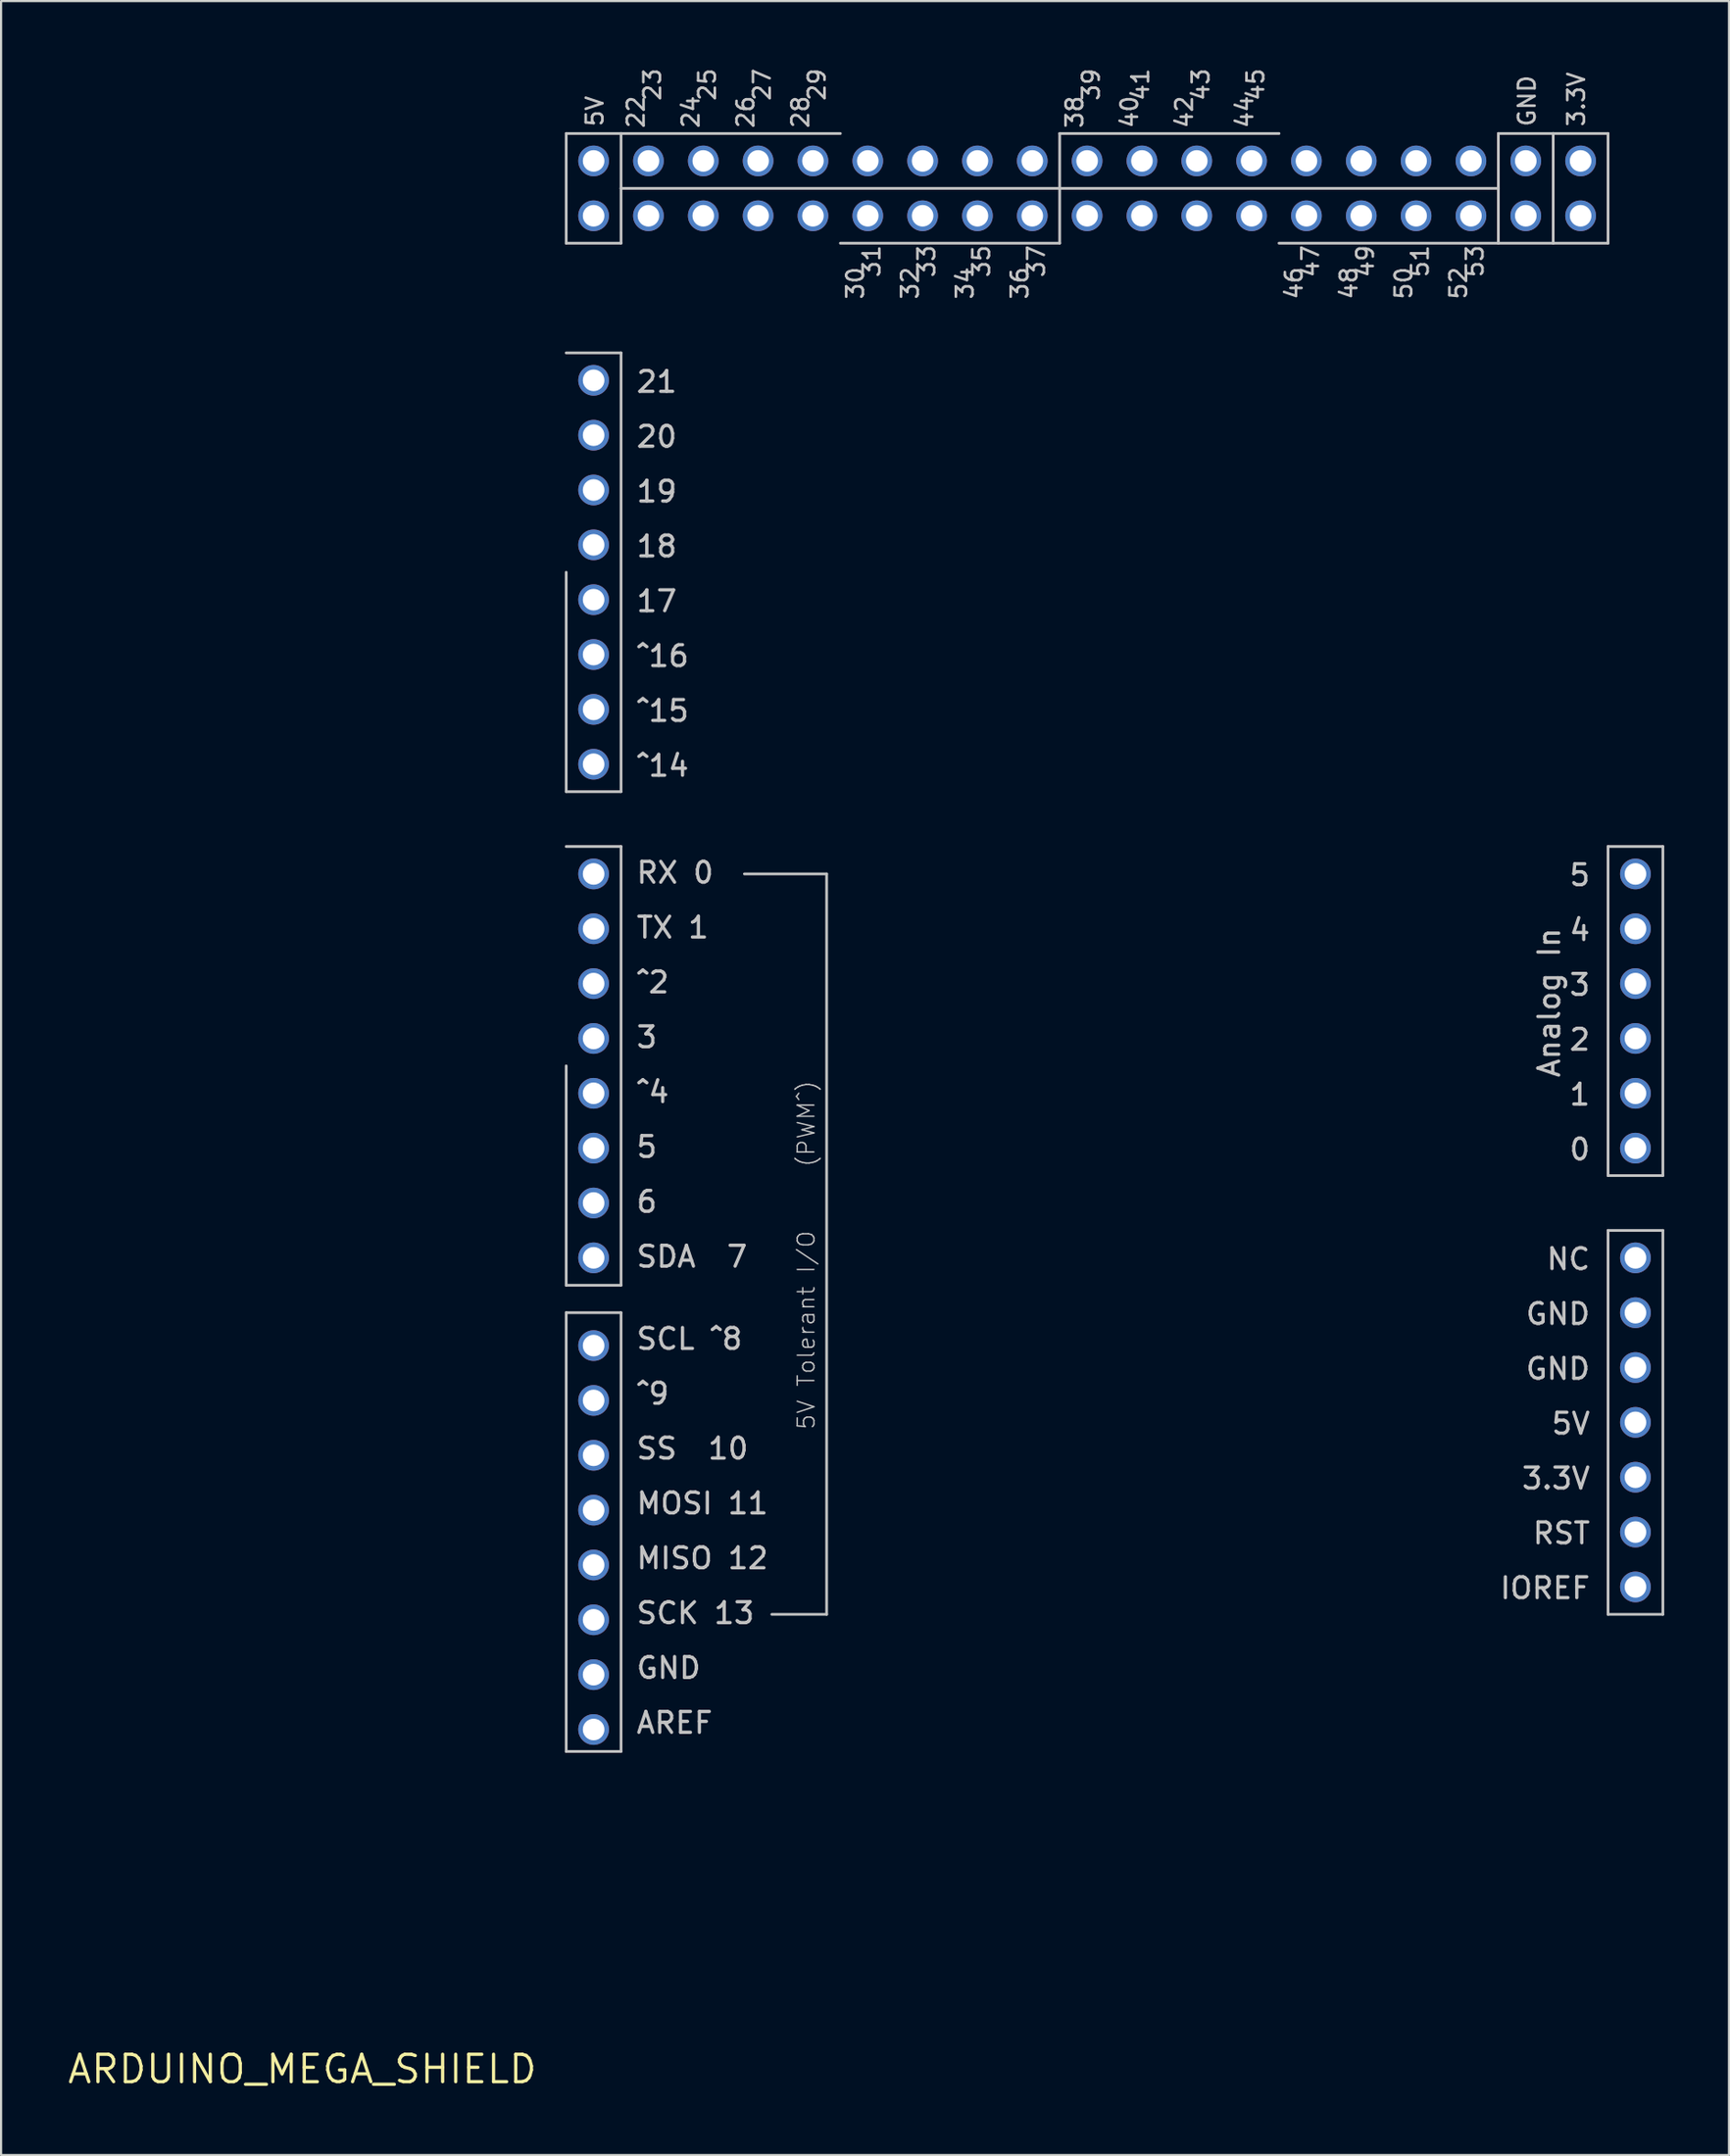
<source format=kicad_pcb>
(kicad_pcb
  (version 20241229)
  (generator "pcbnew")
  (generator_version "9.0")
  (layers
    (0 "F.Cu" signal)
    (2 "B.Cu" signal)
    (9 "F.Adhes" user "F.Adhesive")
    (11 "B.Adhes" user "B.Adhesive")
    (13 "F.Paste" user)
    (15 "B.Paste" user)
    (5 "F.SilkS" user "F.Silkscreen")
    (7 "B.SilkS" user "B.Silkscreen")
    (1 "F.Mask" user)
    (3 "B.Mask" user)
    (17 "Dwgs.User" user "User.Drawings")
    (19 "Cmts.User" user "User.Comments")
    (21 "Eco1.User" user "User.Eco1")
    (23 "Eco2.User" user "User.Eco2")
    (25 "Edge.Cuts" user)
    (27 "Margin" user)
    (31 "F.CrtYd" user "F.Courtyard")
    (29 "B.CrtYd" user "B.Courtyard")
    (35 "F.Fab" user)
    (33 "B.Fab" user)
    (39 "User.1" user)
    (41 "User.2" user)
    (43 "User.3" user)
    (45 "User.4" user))
  (footprint "ARDUINO_MEGA_SHIELD"
    (layer "F.Cu")
    (at 21.907 92.033)
    (property "Reference" "ARDUINO_MEGA_SHIELD" (at 0 0 0) (layer "F.SilkS") (effects (font (size 1.27 1.27) (thickness 0.15)) (justify right top)))
    (attr through_hole)
    (fp_line (start 1.27 -88.9) (end 1.27 -83.82) (stroke (width 0.127) (type solid)) (layer "Dwgs.User"))
    (fp_line (start 1.27 -88.9) (end 3.81 -88.9) (stroke (width 0.127) (type solid)) (layer "Dwgs.User"))
    (fp_line (start 1.27 -83.82) (end 3.81 -83.82) (stroke (width 0.127) (type solid)) (layer "Dwgs.User"))
    (fp_line (start 1.27 -78.74) (end 3.81 -78.74) (stroke (width 0.127) (type solid)) (layer "Dwgs.User"))
    (fp_line (start 1.27 -68.58) (end 1.27 -58.42) (stroke (width 0.127) (type solid)) (layer "Dwgs.User"))
    (fp_line (start 1.27 -58.42) (end 3.81 -58.42) (stroke (width 0.127) (type solid)) (layer "Dwgs.User"))
    (fp_line (start 1.27 -55.88) (end 3.81 -55.88) (stroke (width 0.127) (type solid)) (layer "Dwgs.User"))
    (fp_line (start 1.27 -45.72) (end 1.27 -35.56) (stroke (width 0.127) (type solid)) (layer "Dwgs.User"))
    (fp_line (start 1.27 -34.29) (end 3.81 -34.29) (stroke (width 0.127) (type solid)) (layer "Dwgs.User"))
    (fp_line (start 1.27 -13.97) (end 1.27 -34.29) (stroke (width 0.127) (type solid)) (layer "Dwgs.User"))
    (fp_line (start 3.81 -88.9) (end 3.81 -86.36) (stroke (width 0.127) (type solid)) (layer "Dwgs.User"))
    (fp_line (start 3.81 -88.9) (end 13.97 -88.9) (stroke (width 0.127) (type solid)) (layer "Dwgs.User"))
    (fp_line (start 3.81 -86.36) (end 3.81 -83.82) (stroke (width 0.127) (type solid)) (layer "Dwgs.User"))
    (fp_line (start 3.81 -86.36) (end 44.45 -86.36) (stroke (width 0.127) (type solid)) (layer "Dwgs.User"))
    (fp_line (start 3.81 -78.74) (end 3.81 -58.42) (stroke (width 0.127) (type solid)) (layer "Dwgs.User"))
    (fp_line (start 3.81 -55.88) (end 3.81 -35.56) (stroke (width 0.127) (type solid)) (layer "Dwgs.User"))
    (fp_line (start 3.81 -35.56) (end 1.27 -35.56) (stroke (width 0.127) (type solid)) (layer "Dwgs.User"))
    (fp_line (start 3.81 -34.29) (end 3.81 -13.97) (stroke (width 0.127) (type solid)) (layer "Dwgs.User"))
    (fp_line (start 3.81 -13.97) (end 1.27 -13.97) (stroke (width 0.127) (type solid)) (layer "Dwgs.User"))
    (fp_line (start 13.335 -54.61) (end 9.525 -54.61) (stroke (width 0.127) (type solid)) (layer "Dwgs.User"))
    (fp_line (start 13.335 -20.32) (end 10.795 -20.32) (stroke (width 0.127) (type solid)) (layer "Dwgs.User"))
    (fp_line (start 13.335 -20.32) (end 13.335 -54.61) (stroke (width 0.127) (type solid)) (layer "Dwgs.User"))
    (fp_line (start 13.97 -83.82) (end 24.13 -83.82) (stroke (width 0.127) (type solid)) (layer "Dwgs.User"))
    (fp_line (start 24.13 -88.9) (end 24.13 -83.82) (stroke (width 0.127) (type solid)) (layer "Dwgs.User"))
    (fp_line (start 24.13 -88.9) (end 34.29 -88.9) (stroke (width 0.127) (type solid)) (layer "Dwgs.User"))
    (fp_line (start 34.29 -83.82) (end 44.45 -83.82) (stroke (width 0.127) (type solid)) (layer "Dwgs.User"))
    (fp_line (start 44.45 -88.9) (end 44.45 -86.36) (stroke (width 0.127) (type solid)) (layer "Dwgs.User"))
    (fp_line (start 44.45 -86.36) (end 44.45 -83.82) (stroke (width 0.127) (type solid)) (layer "Dwgs.User"))
    (fp_line (start 44.45 -83.82) (end 46.99 -83.82) (stroke (width 0.127) (type solid)) (layer "Dwgs.User"))
    (fp_line (start 46.99 -88.9) (end 44.45 -88.9) (stroke (width 0.127) (type solid)) (layer "Dwgs.User"))
    (fp_line (start 46.99 -88.9) (end 46.99 -83.82) (stroke (width 0.127) (type solid)) (layer "Dwgs.User"))
    (fp_line (start 46.99 -83.82) (end 49.53 -83.82) (stroke (width 0.127) (type solid)) (layer "Dwgs.User"))
    (fp_line (start 49.53 -88.9) (end 46.99 -88.9) (stroke (width 0.127) (type solid)) (layer "Dwgs.User"))
    (fp_line (start 49.53 -83.82) (end 49.53 -88.9) (stroke (width 0.127) (type solid)) (layer "Dwgs.User"))
    (fp_line (start 49.53 -55.88) (end 52.07 -55.88) (stroke (width 0.127) (type solid)) (layer "Dwgs.User"))
    (fp_line (start 49.53 -40.64) (end 49.53 -55.88) (stroke (width 0.127) (type solid)) (layer "Dwgs.User"))
    (fp_line (start 49.53 -38.1) (end 49.53 -20.32) (stroke (width 0.127) (type solid)) (layer "Dwgs.User"))
    (fp_line (start 49.53 -20.32) (end 52.07 -20.32) (stroke (width 0.127) (type solid)) (layer "Dwgs.User"))
    (fp_line (start 52.07 -55.88) (end 52.07 -40.64) (stroke (width 0.127) (type solid)) (layer "Dwgs.User"))
    (fp_line (start 52.07 -40.64) (end 49.53 -40.64) (stroke (width 0.127) (type solid)) (layer "Dwgs.User"))
    (fp_line (start 52.07 -38.1) (end 49.53 -38.1) (stroke (width 0.127) (type solid)) (layer "Dwgs.User"))
    (fp_line (start 52.07 -20.32) (end 52.07 -38.1) (stroke (width 0.127) (type solid)) (layer "Dwgs.User"))
    (fp_text user "^9" (at 4.445 -29.972 0) (layer "Dwgs.User") (effects (font (size 0.965 0.965) (thickness 0.152)) (justify left bottom)))
    (fp_text user "0" (at 48.781 -42.418 0) (layer "Dwgs.User") (effects (font (size 0.965 0.965) (thickness 0.152)) (justify right top)))
    (fp_text user "MISO 12" (at 4.445 -22.352 0) (layer "Dwgs.User") (effects (font (size 0.965 0.965) (thickness 0.152)) (justify left bottom)))
    (fp_text user "37" (at 23.495 -82.169 90) (layer "Dwgs.User") (effects (font (size 0.772 0.772) (thickness 0.122)) (justify left bottom)))
    (fp_text user "RX 0" (at 4.445 -54.102 0) (layer "Dwgs.User") (effects (font (size 0.965 0.965) (thickness 0.152)) (justify left bottom)))
    (fp_text user "30" (at 15.113 -81.153 90) (layer "Dwgs.User") (effects (font (size 0.772 0.772) (thickness 0.122)) (justify left bottom)))
    (fp_text user "GND" (at 48.781 -34.798 0) (layer "Dwgs.User") (effects (font (size 0.965 0.965) (thickness 0.152)) (justify right top)))
    (fp_text user "48" (at 37.973 -81.153 90) (layer "Dwgs.User") (effects (font (size 0.772 0.772) (thickness 0.122)) (justify left bottom)))
    (fp_text user "RST" (at 48.781 -24.638 0) (layer "Dwgs.User") (effects (font (size 0.965 0.965) (thickness 0.152)) (justify right top)))
    (fp_text user "34" (at 20.193 -81.153 90) (layer "Dwgs.User") (effects (font (size 0.772 0.772) (thickness 0.122)) (justify left bottom)))
    (fp_text user "5" (at 48.781 -55.118 0) (layer "Dwgs.User") (effects (font (size 0.965 0.965) (thickness 0.152)) (justify right top)))
    (fp_text user "1" (at 48.781 -44.958 0) (layer "Dwgs.User") (effects (font (size 0.965 0.965) (thickness 0.152)) (justify right top)))
    (fp_text user "6" (at 4.445 -38.862 0) (layer "Dwgs.User") (effects (font (size 0.965 0.965) (thickness 0.152)) (justify left bottom)))
    (fp_text user "23" (at 5.715 -90.351 90) (layer "Dwgs.User") (effects (font (size 0.772 0.772) (thickness 0.122)) (justify left bottom)))
    (fp_text user "3" (at 48.781 -50.038 0) (layer "Dwgs.User") (effects (font (size 0.965 0.965) (thickness 0.152)) (justify right top)))
    (fp_text user "50" (at 40.513 -81.153 90) (layer "Dwgs.User") (effects (font (size 0.772 0.772) (thickness 0.122)) (justify left bottom)))
    (fp_text user "17" (at 4.445 -66.675 0) (layer "Dwgs.User") (effects (font (size 0.965 0.965) (thickness 0.152)) (justify left bottom)))
    (fp_text user "AREF" (at 4.445 -14.732 0) (layer "Dwgs.User") (effects (font (size 0.965 0.965) (thickness 0.152)) (justify left bottom)))
    (fp_text user "28" (at 12.573 -89.081 90) (layer "Dwgs.User") (effects (font (size 0.772 0.772) (thickness 0.122)) (justify left bottom)))
    (fp_text user "5V Tolerant I/O     (PWM^)" (at 11.938 -45.085 90) (layer "Dwgs.User") (effects (font (size 0.772 0.772) (thickness 0.065)) (justify right top)))
    (fp_text user "GND" (at 4.445 -17.272 0) (layer "Dwgs.User") (effects (font (size 0.965 0.965) (thickness 0.152)) (justify left bottom)))
    (fp_text user "4" (at 48.781 -52.578 0) (layer "Dwgs.User") (effects (font (size 0.965 0.965) (thickness 0.152)) (justify right top)))
    (fp_text user "^14" (at 4.445 -59.055 0) (layer "Dwgs.User") (effects (font (size 0.965 0.965) (thickness 0.152)) (justify left bottom)))
    (fp_text user "24" (at 7.493 -89.081 90) (layer "Dwgs.User") (effects (font (size 0.772 0.772) (thickness 0.122)) (justify left bottom)))
    (fp_text user "3.3V" (at 48.781 -27.178 0) (layer "Dwgs.User") (effects (font (size 0.965 0.965) (thickness 0.152)) (justify right top)))
    (fp_text user "^15" (at 4.445 -61.595 0) (layer "Dwgs.User") (effects (font (size 0.965 0.965) (thickness 0.152)) (justify left bottom)))
    (fp_text user "53" (at 43.815 -82.169 90) (layer "Dwgs.User") (effects (font (size 0.772 0.772) (thickness 0.122)) (justify left bottom)))
    (fp_text user "41" (at 28.321 -90.351 90) (layer "Dwgs.User") (effects (font (size 0.772 0.772) (thickness 0.122)) (justify left bottom)))
    (fp_text user "18" (at 4.445 -69.215 0) (layer "Dwgs.User") (effects (font (size 0.965 0.965) (thickness 0.152)) (justify left bottom)))
    (fp_text user "5V" (at 3.048 -89.154 90) (layer "Dwgs.User") (effects (font (size 0.772 0.772) (thickness 0.122)) (justify left bottom)))
    (fp_text user "22" (at 4.953 -89.081 90) (layer "Dwgs.User") (effects (font (size 0.772 0.772) (thickness 0.122)) (justify left bottom)))
    (fp_text user "51" (at 41.275 -82.169 90) (layer "Dwgs.User") (effects (font (size 0.772 0.772) (thickness 0.122)) (justify left bottom)))
    (fp_text user "39" (at 26.035 -90.351 90) (layer "Dwgs.User") (effects (font (size 0.772 0.772) (thickness 0.122)) (justify left bottom)))
    (fp_text user "44" (at 33.147 -89.081 90) (layer "Dwgs.User") (effects (font (size 0.772 0.772) (thickness 0.122)) (justify left bottom)))
    (fp_text user "3.3V" (at 48.514 -89.154 90) (layer "Dwgs.User") (effects (font (size 0.772 0.772) (thickness 0.122)) (justify left bottom)))
    (fp_text user "43" (at 31.115 -90.351 90) (layer "Dwgs.User") (effects (font (size 0.772 0.772) (thickness 0.122)) (justify left bottom)))
    (fp_text user "47" (at 36.195 -82.169 90) (layer "Dwgs.User") (effects (font (size 0.772 0.772) (thickness 0.122)) (justify left bottom)))
    (fp_text user "^4" (at 4.445 -43.942 0) (layer "Dwgs.User") (effects (font (size 0.965 0.965) (thickness 0.152)) (justify left bottom)))
    (fp_text user "5" (at 4.445 -41.402 0) (layer "Dwgs.User") (effects (font (size 0.965 0.965) (thickness 0.152)) (justify left bottom)))
    (fp_text user "38" (at 25.273 -89.081 90) (layer "Dwgs.User") (effects (font (size 0.772 0.772) (thickness 0.122)) (justify left bottom)))
    (fp_text user "35" (at 20.955 -82.169 90) (layer "Dwgs.User") (effects (font (size 0.772 0.772) (thickness 0.122)) (justify left bottom)))
    (fp_text user "20" (at 4.445 -74.295 0) (layer "Dwgs.User") (effects (font (size 0.965 0.965) (thickness 0.152)) (justify left bottom)))
    (fp_text user "Analog In" (at 46.241 -52.197 90) (layer "Dwgs.User") (effects (font (size 0.965 0.965) (thickness 0.152)) (justify right top)))
    (fp_text user "19" (at 4.445 -71.755 0) (layer "Dwgs.User") (effects (font (size 0.965 0.965) (thickness 0.152)) (justify left bottom)))
    (fp_text user "52" (at 43.053 -81.153 90) (layer "Dwgs.User") (effects (font (size 0.772 0.772) (thickness 0.122)) (justify left bottom)))
    (fp_text user "33" (at 18.415 -82.169 90) (layer "Dwgs.User") (effects (font (size 0.772 0.772) (thickness 0.122)) (justify left bottom)))
    (fp_text user "2" (at 48.781 -47.498 0) (layer "Dwgs.User") (effects (font (size 0.965 0.965) (thickness 0.152)) (justify right top)))
    (fp_text user "IOREF" (at 48.781 -22.098 0) (layer "Dwgs.User") (effects (font (size 0.965 0.965) (thickness 0.152)) (justify right top)))
    (fp_text user "42" (at 30.353 -89.081 90) (layer "Dwgs.User") (effects (font (size 0.772 0.772) (thickness 0.122)) (justify left bottom)))
    (fp_text user "45" (at 33.655 -90.351 90) (layer "Dwgs.User") (effects (font (size 0.772 0.772) (thickness 0.122)) (justify left bottom)))
    (fp_text user "27" (at 10.795 -90.351 90) (layer "Dwgs.User") (effects (font (size 0.772 0.772) (thickness 0.122)) (justify left bottom)))
    (fp_text user "GND" (at 48.781 -32.258 0) (layer "Dwgs.User") (effects (font (size 0.965 0.965) (thickness 0.152)) (justify right top)))
    (fp_text user "40" (at 27.813 -89.081 90) (layer "Dwgs.User") (effects (font (size 0.772 0.772) (thickness 0.122)) (justify left bottom)))
    (fp_text user "31" (at 15.875 -82.169 90) (layer "Dwgs.User") (effects (font (size 0.772 0.772) (thickness 0.122)) (justify left bottom)))
    (fp_text user "^16" (at 4.445 -64.135 0) (layer "Dwgs.User") (effects (font (size 0.965 0.965) (thickness 0.152)) (justify left bottom)))
    (fp_text user "5V" (at 48.781 -29.718 0) (layer "Dwgs.User") (effects (font (size 0.965 0.965) (thickness 0.152)) (justify right top)))
    (fp_text user "29" (at 13.335 -90.351 90) (layer "Dwgs.User") (effects (font (size 0.772 0.772) (thickness 0.122)) (justify left bottom)))
    (fp_text user "32" (at 17.653 -81.153 90) (layer "Dwgs.User") (effects (font (size 0.772 0.772) (thickness 0.122)) (justify left bottom)))
    (fp_text user "GND" (at 46.228 -89.154 90) (layer "Dwgs.User") (effects (font (size 0.772 0.772) (thickness 0.122)) (justify left bottom)))
    (fp_text user "49" (at 38.735 -82.169 90) (layer "Dwgs.User") (effects (font (size 0.772 0.772) (thickness 0.122)) (justify left bottom)))
    (fp_text user "46" (at 35.433 -81.153 90) (layer "Dwgs.User") (effects (font (size 0.772 0.772) (thickness 0.122)) (justify left bottom)))
    (fp_text user "TX 1" (at 4.445 -51.562 0) (layer "Dwgs.User") (effects (font (size 0.965 0.965) (thickness 0.152)) (justify left bottom)))
    (fp_text user "25" (at 8.255 -90.351 90) (layer "Dwgs.User") (effects (font (size 0.772 0.772) (thickness 0.122)) (justify left bottom)))
    (fp_text user "MOSI 11" (at 4.445 -24.892 0) (layer "Dwgs.User") (effects (font (size 0.965 0.965) (thickness 0.152)) (justify left bottom)))
    (fp_text user "SCL ^8" (at 4.445 -32.512 0) (layer "Dwgs.User") (effects (font (size 0.965 0.965) (thickness 0.152)) (justify left bottom)))
    (fp_text user "SS  10" (at 4.445 -27.432 0) (layer "Dwgs.User") (effects (font (size 0.965 0.965) (thickness 0.152)) (justify left bottom)))
    (fp_text user "26" (at 10.033 -89.081 90) (layer "Dwgs.User") (effects (font (size 0.772 0.772) (thickness 0.122)) (justify left bottom)))
    (fp_text user "21" (at 4.445 -76.835 0) (layer "Dwgs.User") (effects (font (size 0.965 0.965) (thickness 0.152)) (justify left bottom)))
    (fp_text user "3" (at 4.445 -46.482 0) (layer "Dwgs.User") (effects (font (size 0.965 0.965) (thickness 0.152)) (justify left bottom)))
    (fp_text user "^2" (at 4.445 -49.022 0) (layer "Dwgs.User") (effects (font (size 0.965 0.965) (thickness 0.152)) (justify left bottom)))
    (fp_text user "SDA  7" (at 4.445 -36.322 0) (layer "Dwgs.User") (effects (font (size 0.965 0.965) (thickness 0.152)) (justify left bottom)))
    (fp_text user "36" (at 22.733 -81.153 90) (layer "Dwgs.User") (effects (font (size 0.772 0.772) (thickness 0.122)) (justify left bottom)))
    (fp_text user "SCK 13" (at 4.445 -19.812 0) (layer "Dwgs.User") (effects (font (size 0.965 0.965) (thickness 0.152)) (justify left bottom)))
    (fp_text user "NC" (at 48.781 -37.338 0) (layer "Dwgs.User") (effects (font (size 0.965 0.965) (thickness 0.152)) (justify right top)))
    (pad "3.3V" thru_hole circle (at 50.8 -26.67 90) (size 1.422 1.422) (drill 1) (layers "*.Cu" "*.Mask"))
    (pad "3V3@1" thru_hole circle (at 48.26 -85.09 90) (size 1.422 1.422) (drill 1) (layers "*.Cu" "*.Mask"))
    (pad "3V3@2" thru_hole circle (at 48.26 -87.63 90) (size 1.422 1.422) (drill 1) (layers "*.Cu" "*.Mask"))
    (pad "5V@0" thru_hole circle (at 50.8 -29.21 90) (size 1.422 1.422) (drill 1) (layers "*.Cu" "*.Mask"))
    (pad "5V@1" thru_hole circle (at 2.54 -85.09 90) (size 1.422 1.422) (drill 1) (layers "*.Cu" "*.Mask"))
    (pad "5V@2" thru_hole circle (at 2.54 -87.63 90) (size 1.422 1.422) (drill 1) (layers "*.Cu" "*.Mask"))
    (pad "A0" thru_hole circle (at 50.8 -41.91 90) (size 1.422 1.422) (drill 1) (layers "*.Cu" "*.Mask"))
    (pad "A1" thru_hole circle (at 50.8 -44.45 90) (size 1.422 1.422) (drill 1) (layers "*.Cu" "*.Mask"))
    (pad "A2" thru_hole circle (at 50.8 -46.99 90) (size 1.422 1.422) (drill 1) (layers "*.Cu" "*.Mask"))
    (pad "A3" thru_hole circle (at 50.8 -49.53 90) (size 1.422 1.422) (drill 1) (layers "*.Cu" "*.Mask"))
    (pad "A4" thru_hole circle (at 50.8 -52.07 90) (size 1.422 1.422) (drill 1) (layers "*.Cu" "*.Mask"))
    (pad "A5" thru_hole circle (at 50.8 -54.61 90) (size 1.422 1.422) (drill 1) (layers "*.Cu" "*.Mask"))
    (pad "AREF" thru_hole circle (at 2.54 -14.986 90) (size 1.422 1.422) (drill 1) (layers "*.Cu" "*.Mask"))
    (pad "D2" thru_hole circle (at 2.54 -49.53 90) (size 1.422 1.422) (drill 1) (layers "*.Cu" "*.Mask"))
    (pad "D3" thru_hole circle (at 2.54 -46.99 90) (size 1.422 1.422) (drill 1) (layers "*.Cu" "*.Mask"))
    (pad "D4" thru_hole circle (at 2.54 -44.45 90) (size 1.422 1.422) (drill 1) (layers "*.Cu" "*.Mask"))
    (pad "D5" thru_hole circle (at 2.54 -41.91 90) (size 1.422 1.422) (drill 1) (layers "*.Cu" "*.Mask"))
    (pad "D6" thru_hole circle (at 2.54 -39.37 90) (size 1.422 1.422) (drill 1) (layers "*.Cu" "*.Mask"))
    (pad "D7" thru_hole circle (at 2.54 -36.83 90) (size 1.422 1.422) (drill 1) (layers "*.Cu" "*.Mask"))
    (pad "D8" thru_hole circle (at 2.54 -32.766 90) (size 1.422 1.422) (drill 1) (layers "*.Cu" "*.Mask"))
    (pad "D9" thru_hole circle (at 2.54 -30.226 90) (size 1.422 1.422) (drill 1) (layers "*.Cu" "*.Mask"))
    (pad "D10" thru_hole circle (at 2.54 -27.686 90) (size 1.422 1.422) (drill 1) (layers "*.Cu" "*.Mask"))
    (pad "D11" thru_hole circle (at 2.54 -25.146 90) (size 1.422 1.422) (drill 1) (layers "*.Cu" "*.Mask"))
    (pad "D12" thru_hole circle (at 2.54 -22.606 90) (size 1.422 1.422) (drill 1) (layers "*.Cu" "*.Mask"))
    (pad "D13" thru_hole circle (at 2.54 -20.066 90) (size 1.422 1.422) (drill 1) (layers "*.Cu" "*.Mask"))
    (pad "D14" thru_hole circle (at 2.54 -59.69 90) (size 1.422 1.422) (drill 1) (layers "*.Cu" "*.Mask"))
    (pad "D15" thru_hole circle (at 2.54 -62.23 90) (size 1.422 1.422) (drill 1) (layers "*.Cu" "*.Mask"))
    (pad "D16" thru_hole circle (at 2.54 -64.77 90) (size 1.422 1.422) (drill 1) (layers "*.Cu" "*.Mask"))
    (pad "D17" thru_hole circle (at 2.54 -67.31 90) (size 1.422 1.422) (drill 1) (layers "*.Cu" "*.Mask"))
    (pad "D18" thru_hole circle (at 2.54 -69.85 90) (size 1.422 1.422) (drill 1) (layers "*.Cu" "*.Mask"))
    (pad "D19" thru_hole circle (at 2.54 -72.39 90) (size 1.422 1.422) (drill 1) (layers "*.Cu" "*.Mask"))
    (pad "D20" thru_hole circle (at 2.54 -74.93 90) (size 1.422 1.422) (drill 1) (layers "*.Cu" "*.Mask"))
    (pad "D21" thru_hole circle (at 2.54 -77.47 90) (size 1.422 1.422) (drill 1) (layers "*.Cu" "*.Mask"))
    (pad "D22" thru_hole circle (at 5.08 -85.09 90) (size 1.422 1.422) (drill 1) (layers "*.Cu" "*.Mask"))
    (pad "D23" thru_hole circle (at 5.08 -87.63 90) (size 1.422 1.422) (drill 1) (layers "*.Cu" "*.Mask"))
    (pad "D24" thru_hole circle (at 7.62 -85.09 90) (size 1.422 1.422) (drill 1) (layers "*.Cu" "*.Mask"))
    (pad "D25" thru_hole circle (at 7.62 -87.63 90) (size 1.422 1.422) (drill 1) (layers "*.Cu" "*.Mask"))
    (pad "D26" thru_hole circle (at 10.16 -85.09 90) (size 1.422 1.422) (drill 1) (layers "*.Cu" "*.Mask"))
    (pad "D27" thru_hole circle (at 10.16 -87.63 90) (size 1.422 1.422) (drill 1) (layers "*.Cu" "*.Mask"))
    (pad "D28" thru_hole circle (at 12.7 -85.09 90) (size 1.422 1.422) (drill 1) (layers "*.Cu" "*.Mask"))
    (pad "D29" thru_hole circle (at 12.7 -87.63 90) (size 1.422 1.422) (drill 1) (layers "*.Cu" "*.Mask"))
    (pad "D30" thru_hole circle (at 15.24 -85.09 90) (size 1.422 1.422) (drill 1) (layers "*.Cu" "*.Mask"))
    (pad "D31" thru_hole circle (at 15.24 -87.63 90) (size 1.422 1.422) (drill 1) (layers "*.Cu" "*.Mask"))
    (pad "D32" thru_hole circle (at 17.78 -85.09 90) (size 1.422 1.422) (drill 1) (layers "*.Cu" "*.Mask"))
    (pad "D33" thru_hole circle (at 17.78 -87.63 90) (size 1.422 1.422) (drill 1) (layers "*.Cu" "*.Mask"))
    (pad "D34" thru_hole circle (at 20.32 -85.09 90) (size 1.422 1.422) (drill 1) (layers "*.Cu" "*.Mask"))
    (pad "D35" thru_hole circle (at 20.32 -87.63 90) (size 1.422 1.422) (drill 1) (layers "*.Cu" "*.Mask"))
    (pad "D36" thru_hole circle (at 22.86 -85.09 90) (size 1.422 1.422) (drill 1) (layers "*.Cu" "*.Mask"))
    (pad "D37" thru_hole circle (at 22.86 -87.63 90) (size 1.422 1.422) (drill 1) (layers "*.Cu" "*.Mask"))
    (pad "D38" thru_hole circle (at 25.4 -85.09 90) (size 1.422 1.422) (drill 1) (layers "*.Cu" "*.Mask"))
    (pad "D39" thru_hole circle (at 25.4 -87.63 90) (size 1.422 1.422) (drill 1) (layers "*.Cu" "*.Mask"))
    (pad "D40" thru_hole circle (at 27.94 -85.09 90) (size 1.422 1.422) (drill 1) (layers "*.Cu" "*.Mask"))
    (pad "D41" thru_hole circle (at 27.94 -87.63 90) (size 1.422 1.422) (drill 1) (layers "*.Cu" "*.Mask"))
    (pad "D42" thru_hole circle (at 30.48 -85.09 90) (size 1.422 1.422) (drill 1) (layers "*.Cu" "*.Mask"))
    (pad "D43" thru_hole circle (at 30.48 -87.63 90) (size 1.422 1.422) (drill 1) (layers "*.Cu" "*.Mask"))
    (pad "D44" thru_hole circle (at 33.02 -85.09 90) (size 1.422 1.422) (drill 1) (layers "*.Cu" "*.Mask"))
    (pad "D45" thru_hole circle (at 33.02 -87.63 90) (size 1.422 1.422) (drill 1) (layers "*.Cu" "*.Mask"))
    (pad "D46" thru_hole circle (at 35.56 -85.09 90) (size 1.422 1.422) (drill 1) (layers "*.Cu" "*.Mask"))
    (pad "D47" thru_hole circle (at 35.56 -87.63 90) (size 1.422 1.422) (drill 1) (layers "*.Cu" "*.Mask"))
    (pad "D48" thru_hole circle (at 38.1 -85.09 90) (size 1.422 1.422) (drill 1) (layers "*.Cu" "*.Mask"))
    (pad "D49" thru_hole circle (at 38.1 -87.63 90) (size 1.422 1.422) (drill 1) (layers "*.Cu" "*.Mask"))
    (pad "D50" thru_hole circle (at 40.64 -85.09 90) (size 1.422 1.422) (drill 1) (layers "*.Cu" "*.Mask"))
    (pad "D51" thru_hole circle (at 40.64 -87.63 90) (size 1.422 1.422) (drill 1) (layers "*.Cu" "*.Mask"))
    (pad "D52" thru_hole circle (at 43.18 -85.09 90) (size 1.422 1.422) (drill 1) (layers "*.Cu" "*.Mask"))
    (pad "D53" thru_hole circle (at 43.18 -87.63 90) (size 1.422 1.422) (drill 1) (layers "*.Cu" "*.Mask"))
    (pad "GND@0" thru_hole circle (at 50.8 -31.75 90) (size 1.422 1.422) (drill 1) (layers "*.Cu" "*.Mask"))
    (pad "GND@1" thru_hole circle (at 50.8 -34.29 90) (size 1.422 1.422) (drill 1) (layers "*.Cu" "*.Mask"))
    (pad "GND@2" thru_hole circle (at 2.54 -17.526 90) (size 1.422 1.422) (drill 1) (layers "*.Cu" "*.Mask"))
    (pad "GND@3" thru_hole circle (at 45.72 -85.09 90) (size 1.422 1.422) (drill 1) (layers "*.Cu" "*.Mask"))
    (pad "GND@4" thru_hole circle (at 45.72 -87.63 90) (size 1.422 1.422) (drill 1) (layers "*.Cu" "*.Mask"))
    (pad "IOREF" thru_hole circle (at 50.8 -21.59 90) (size 1.422 1.422) (drill 1) (layers "*.Cu" "*.Mask"))
    (pad "RES" thru_hole circle (at 50.8 -24.13 90) (size 1.422 1.422) (drill 1) (layers "*.Cu" "*.Mask"))
    (pad "RX" thru_hole circle (at 2.54 -54.61 90) (size 1.422 1.422) (drill 1) (layers "*.Cu" "*.Mask"))
    (pad "TX" thru_hole circle (at 2.54 -52.07 90) (size 1.422 1.422) (drill 1) (layers "*.Cu" "*.Mask"))
    (pad "VIN" thru_hole circle (at 50.8 -36.83 90) (size 1.422 1.422) (drill 1) (layers "*.Cu" "*.Mask")))
  (gr_rect
    (start -3 -3)
    (end 77.04 96.753)
    (stroke (width 0.1) (type default))
    (fill no)
    (layer "Edge.Cuts")))
</source>
